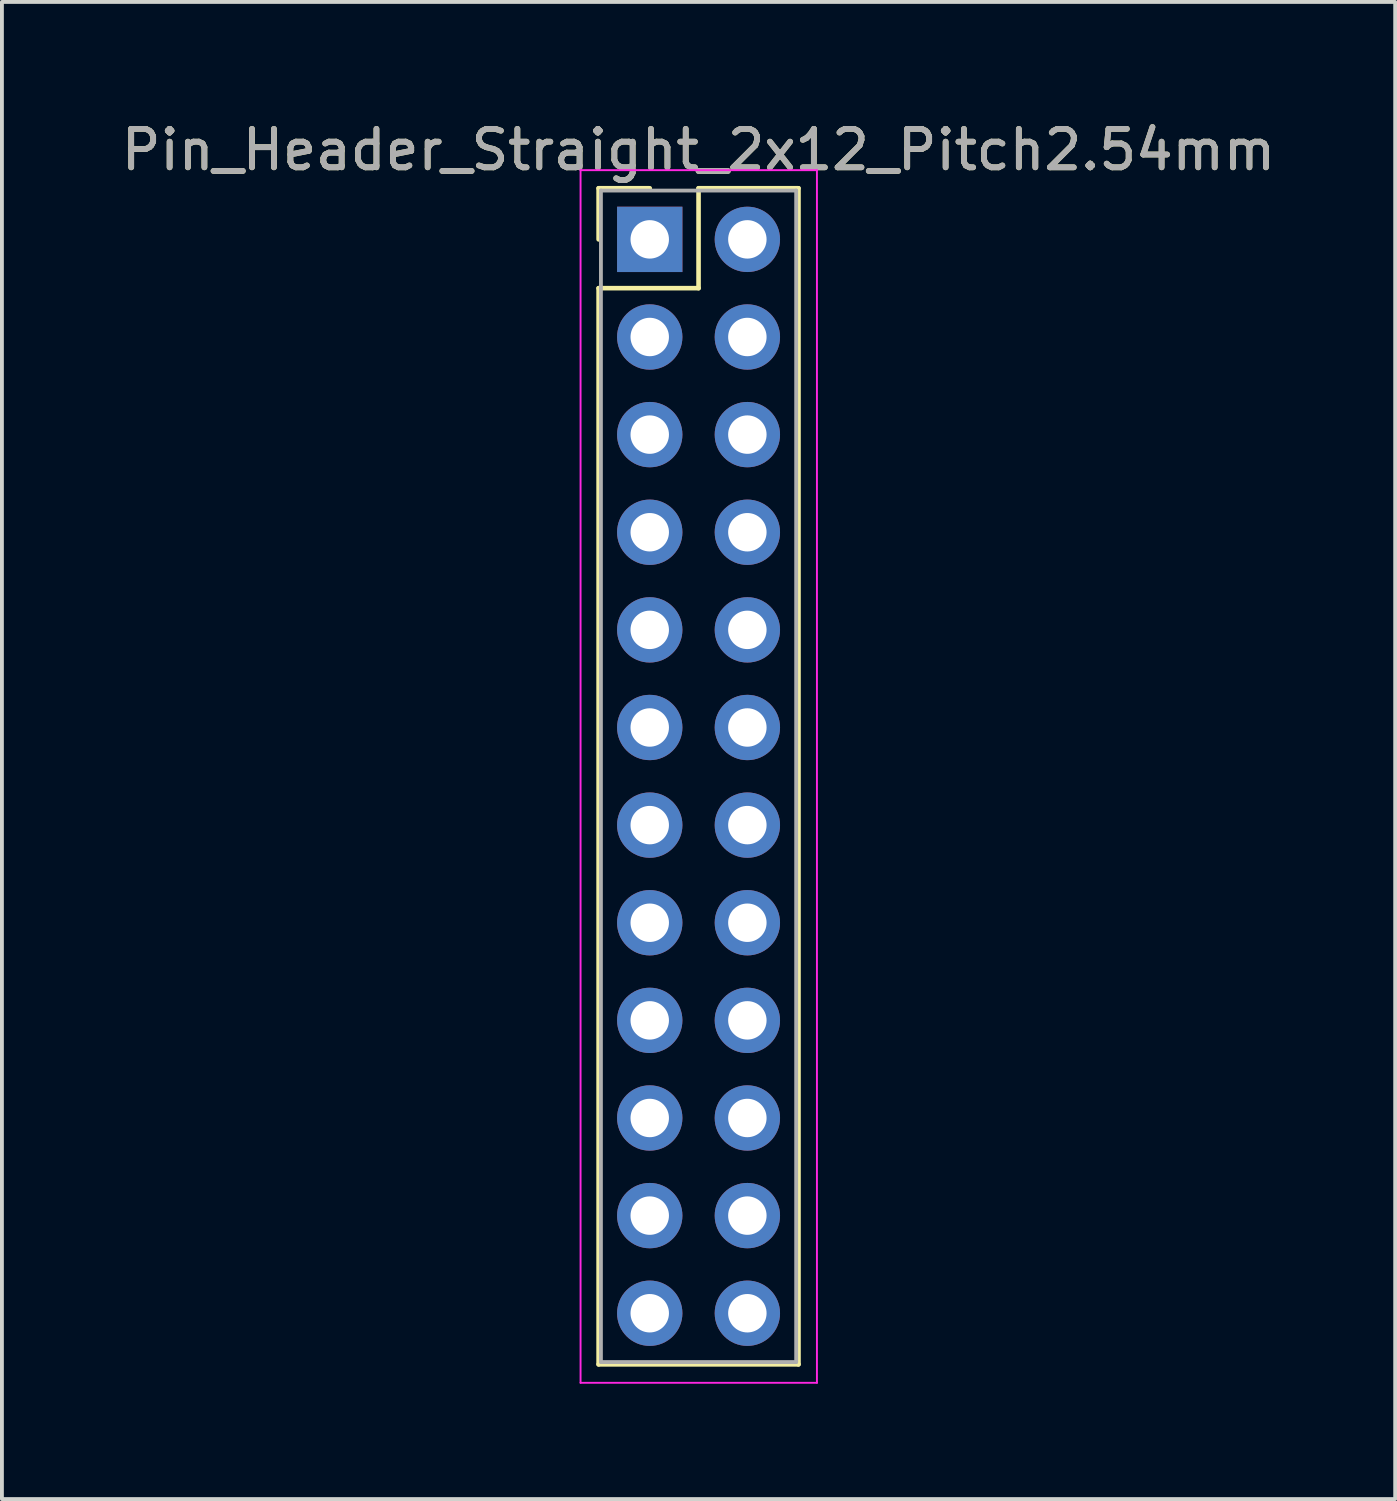
<source format=kicad_pcb>
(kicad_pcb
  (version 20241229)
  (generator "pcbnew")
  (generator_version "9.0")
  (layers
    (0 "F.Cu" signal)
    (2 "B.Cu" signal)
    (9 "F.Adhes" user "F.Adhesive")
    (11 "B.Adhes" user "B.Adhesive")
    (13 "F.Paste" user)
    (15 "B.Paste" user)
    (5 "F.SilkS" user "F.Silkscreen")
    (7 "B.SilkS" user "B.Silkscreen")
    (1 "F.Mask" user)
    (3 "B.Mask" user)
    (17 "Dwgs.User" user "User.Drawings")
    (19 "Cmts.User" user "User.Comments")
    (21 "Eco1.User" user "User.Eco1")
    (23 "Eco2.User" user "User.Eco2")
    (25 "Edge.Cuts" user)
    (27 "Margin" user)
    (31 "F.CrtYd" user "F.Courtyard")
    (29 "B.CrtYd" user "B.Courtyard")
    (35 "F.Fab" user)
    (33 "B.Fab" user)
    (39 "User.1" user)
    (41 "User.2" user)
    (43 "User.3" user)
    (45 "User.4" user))
  (footprint "Pin_Header_Straight_2x12_Pitch2.54mm"
    (layer "F.Cu")
    (at 13.855 3.178)
    (property "Reference" "Pin_Header_Straight_2x12_Pitch2.54mm" (at 1.27 -2.33 0) (layer "F.SilkS") (effects (font (size 1 1) (thickness 0.15))))
    (attr through_hole)
    (fp_line (start -1.33 -1.33) (end 0 -1.33) (stroke (width 0.12) (type solid)) (layer "F.SilkS"))
    (fp_line (start -1.33 0) (end -1.33 -1.33) (stroke (width 0.12) (type solid)) (layer "F.SilkS"))
    (fp_line (start -1.33 1.27) (end -1.33 29.27) (stroke (width 0.12) (type solid)) (layer "F.SilkS"))
    (fp_line (start -1.33 29.27) (end 3.87 29.27) (stroke (width 0.12) (type solid)) (layer "F.SilkS"))
    (fp_line (start 1.27 -1.33) (end 1.27 1.27) (stroke (width 0.12) (type solid)) (layer "F.SilkS"))
    (fp_line (start 1.27 1.27) (end -1.33 1.27) (stroke (width 0.12) (type solid)) (layer "F.SilkS"))
    (fp_line (start 3.87 -1.33) (end 1.27 -1.33) (stroke (width 0.12) (type solid)) (layer "F.SilkS"))
    (fp_line (start 3.87 29.27) (end 3.87 -1.33) (stroke (width 0.12) (type solid)) (layer "F.SilkS"))
    (fp_line (start -1.8 -1.8) (end -1.8 29.75) (stroke (width 0.05) (type solid)) (layer "F.CrtYd"))
    (fp_line (start -1.8 29.75) (end 4.35 29.75) (stroke (width 0.05) (type solid)) (layer "F.CrtYd"))
    (fp_line (start 4.35 -1.8) (end -1.8 -1.8) (stroke (width 0.05) (type solid)) (layer "F.CrtYd"))
    (fp_line (start 4.35 29.75) (end 4.35 -1.8) (stroke (width 0.05) (type solid)) (layer "F.CrtYd"))
    (fp_line (start -1.27 -1.27) (end -1.27 29.21) (stroke (width 0.1) (type solid)) (layer "F.Fab"))
    (fp_line (start -1.27 29.21) (end 3.81 29.21) (stroke (width 0.1) (type solid)) (layer "F.Fab"))
    (fp_line (start 3.81 -1.27) (end -1.27 -1.27) (stroke (width 0.1) (type solid)) (layer "F.Fab"))
    (fp_line (start 3.81 29.21) (end 3.81 -1.27) (stroke (width 0.1) (type solid)) (layer "F.Fab"))
    (fp_text user "${REFERENCE}" (at 1.27 -2.33 0) (layer "F.Fab") (effects (font (size 1 1) (thickness 0.15))))
    (pad "1" thru_hole rect (at 0 0) (size 1.7 1.7) (drill 1) (layers "*.Cu" "*.Mask"))
    (pad "2" thru_hole oval (at 2.54 0) (size 1.7 1.7) (drill 1) (layers "*.Cu" "*.Mask"))
    (pad "3" thru_hole oval (at 0 2.54) (size 1.7 1.7) (drill 1) (layers "*.Cu" "*.Mask"))
    (pad "4" thru_hole oval (at 2.54 2.54) (size 1.7 1.7) (drill 1) (layers "*.Cu" "*.Mask"))
    (pad "5" thru_hole oval (at 0 5.08) (size 1.7 1.7) (drill 1) (layers "*.Cu" "*.Mask"))
    (pad "6" thru_hole oval (at 2.54 5.08) (size 1.7 1.7) (drill 1) (layers "*.Cu" "*.Mask"))
    (pad "7" thru_hole oval (at 0 7.62) (size 1.7 1.7) (drill 1) (layers "*.Cu" "*.Mask"))
    (pad "8" thru_hole oval (at 2.54 7.62) (size 1.7 1.7) (drill 1) (layers "*.Cu" "*.Mask"))
    (pad "9" thru_hole oval (at 0 10.16) (size 1.7 1.7) (drill 1) (layers "*.Cu" "*.Mask"))
    (pad "10" thru_hole oval (at 2.54 10.16) (size 1.7 1.7) (drill 1) (layers "*.Cu" "*.Mask"))
    (pad "11" thru_hole oval (at 0 12.7) (size 1.7 1.7) (drill 1) (layers "*.Cu" "*.Mask"))
    (pad "12" thru_hole oval (at 2.54 12.7) (size 1.7 1.7) (drill 1) (layers "*.Cu" "*.Mask"))
    (pad "13" thru_hole oval (at 0 15.24) (size 1.7 1.7) (drill 1) (layers "*.Cu" "*.Mask"))
    (pad "14" thru_hole oval (at 2.54 15.24) (size 1.7 1.7) (drill 1) (layers "*.Cu" "*.Mask"))
    (pad "15" thru_hole oval (at 0 17.78) (size 1.7 1.7) (drill 1) (layers "*.Cu" "*.Mask"))
    (pad "16" thru_hole oval (at 2.54 17.78) (size 1.7 1.7) (drill 1) (layers "*.Cu" "*.Mask"))
    (pad "17" thru_hole oval (at 0 20.32) (size 1.7 1.7) (drill 1) (layers "*.Cu" "*.Mask"))
    (pad "18" thru_hole oval (at 2.54 20.32) (size 1.7 1.7) (drill 1) (layers "*.Cu" "*.Mask"))
    (pad "19" thru_hole oval (at 0 22.86) (size 1.7 1.7) (drill 1) (layers "*.Cu" "*.Mask"))
    (pad "20" thru_hole oval (at 2.54 22.86) (size 1.7 1.7) (drill 1) (layers "*.Cu" "*.Mask"))
    (pad "21" thru_hole oval (at 0 25.4) (size 1.7 1.7) (drill 1) (layers "*.Cu" "*.Mask"))
    (pad "22" thru_hole oval (at 2.54 25.4) (size 1.7 1.7) (drill 1) (layers "*.Cu" "*.Mask"))
    (pad "23" thru_hole oval (at 0 27.94) (size 1.7 1.7) (drill 1) (layers "*.Cu" "*.Mask"))
    (pad "24" thru_hole oval (at 2.54 27.94) (size 1.7 1.7) (drill 1) (layers "*.Cu" "*.Mask")))
  (gr_rect
    (start -3 -3)
    (end 33.25 35.953)
    (stroke (width 0.1) (type default))
    (fill no)
    (layer "Edge.Cuts")))
</source>
